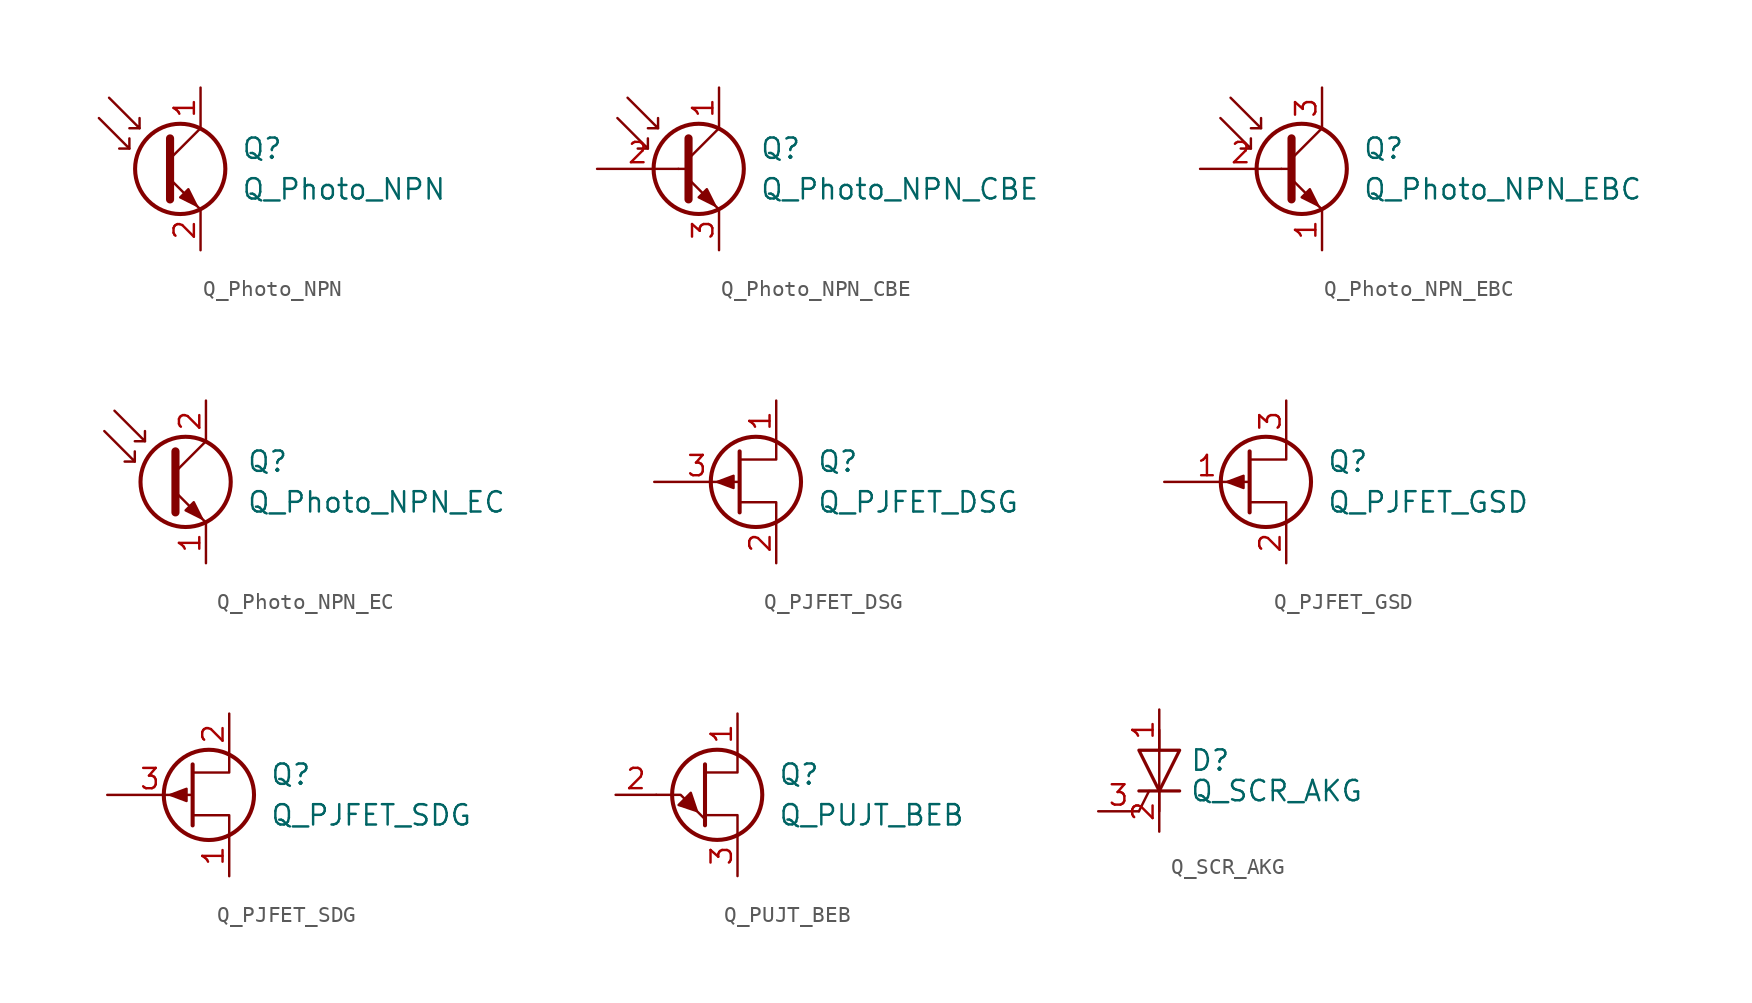
<source format=kicad_sym>
(kicad_symbol_lib
  (version 20241209)
  (generator "kicad_symbol_editor")
  (generator_version "9.0")
  (symbol "Q_Photo_NPN"
    (pin_names
      (offset 0)
      (hide yes))
    (property "Reference" "Q"
      (at 5.08 1.27 0)
      (effects (font (size 1.27 1.27)) (justify left)))
    (property "Value" "Q_Photo_NPN"
      (at 5.08 -1.27 0)
      (effects (font (size 1.27 1.27)) (justify left)))
    (symbol "Q_Photo_NPN_0_1"
      (polyline (pts (xy -3.81 3.175) (xy -1.905 1.27) (xy -1.905 1.905)) (stroke (width 0) (type default)) (fill (type none)))
      (polyline (pts (xy -3.175 4.445) (xy -1.27 2.54) (xy -1.27 3.175)) (stroke (width 0) (type default)) (fill (type none)))
      (polyline (pts (xy -1.905 1.27) (xy -2.54 1.27)) (stroke (width 0) (type default)) (fill (type none)))
      (polyline (pts (xy -1.27 2.54) (xy -1.905 2.54)) (stroke (width 0) (type default)) (fill (type none)))
      (polyline (pts (xy 0.635 1.905) (xy 0.635 -1.905) (xy 0.635 -1.905)) (stroke (width 0.508) (type default)) (fill (type none)))
      (polyline (pts (xy 0.635 0.635) (xy 2.54 2.54)) (stroke (width 0) (type default)) (fill (type none)))
      (polyline (pts (xy 0.635 -0.635) (xy 2.54 -2.54) (xy 2.54 -2.54)) (stroke (width 0) (type default)) (fill (type none)))
      (circle (center 1.27 0) (radius 2.819) (stroke (width 0.254) (type default)) (fill (type none)))
      (polyline (pts (xy 1.27 -1.778) (xy 1.778 -1.27) (xy 2.286 -2.286) (xy 1.27 -1.778) (xy 1.27 -1.778)) (stroke (width 0) (type default)) (fill (type outline))))
    (symbol "Q_Photo_NPN_1_1"
      (pin passive line (at 2.54 5.08 270) (length 2.54) (name "C" (effects (font (size 1.27 1.27)))) (number "1" (effects (font (size 1.27 1.27)))))
      (pin passive line (at 2.54 -5.08 90) (length 2.54) (name "E" (effects (font (size 1.27 1.27)))) (number "2" (effects (font (size 1.27 1.27)))))))
  (symbol "Q_Photo_NPN_CBE"
    (pin_names
      (offset 0)
      (hide yes))
    (property "Reference" "Q"
      (at 5.08 1.27 0)
      (effects (font (size 1.27 1.27)) (justify left)))
    (property "Value" "Q_Photo_NPN_CBE"
      (at 5.08 -1.27 0)
      (effects (font (size 1.27 1.27)) (justify left)))
    (symbol "Q_Photo_NPN_CBE_0_1"
      (polyline (pts (xy -3.81 3.175) (xy -1.905 1.27) (xy -1.905 1.905)) (stroke (width 0) (type default)) (fill (type none)))
      (polyline (pts (xy -3.175 4.445) (xy -1.27 2.54) (xy -1.27 3.175)) (stroke (width 0) (type default)) (fill (type none)))
      (polyline (pts (xy -1.905 1.27) (xy -2.54 1.27)) (stroke (width 0) (type default)) (fill (type none)))
      (polyline (pts (xy -1.27 2.54) (xy -1.905 2.54)) (stroke (width 0) (type default)) (fill (type none)))
      (polyline (pts (xy 0 0) (xy 0.635 0)) (stroke (width 0) (type default)) (fill (type none)))
      (polyline (pts (xy 0.635 1.905) (xy 0.635 -1.905) (xy 0.635 -1.905)) (stroke (width 0.508) (type default)) (fill (type none)))
      (polyline (pts (xy 0.635 0.635) (xy 2.54 2.54)) (stroke (width 0) (type default)) (fill (type none)))
      (polyline (pts (xy 0.635 -0.635) (xy 2.54 -2.54) (xy 2.54 -2.54)) (stroke (width 0) (type default)) (fill (type none)))
      (circle (center 1.27 0) (radius 2.819) (stroke (width 0.254) (type default)) (fill (type none)))
      (polyline (pts (xy 1.27 -1.778) (xy 1.778 -1.27) (xy 2.286 -2.286) (xy 1.27 -1.778) (xy 1.27 -1.778)) (stroke (width 0) (type default)) (fill (type outline))))
    (symbol "Q_Photo_NPN_CBE_1_1"
      (pin input line (at -5.08 0 0) (length 5.08) (name "B" (effects (font (size 1.27 1.27)))) (number "2" (effects (font (size 1.27 1.27)))))
      (pin passive line (at 2.54 5.08 270) (length 2.54) (name "C" (effects (font (size 1.27 1.27)))) (number "1" (effects (font (size 1.27 1.27)))))
      (pin passive line (at 2.54 -5.08 90) (length 2.54) (name "E" (effects (font (size 1.27 1.27)))) (number "3" (effects (font (size 1.27 1.27)))))))
  (symbol "Q_Photo_NPN_EBC"
    (pin_names
      (offset 0)
      (hide yes))
    (property "Reference" "Q"
      (at 5.08 1.27 0)
      (effects (font (size 1.27 1.27)) (justify left)))
    (property "Value" "Q_Photo_NPN_EBC"
      (at 5.08 -1.27 0)
      (effects (font (size 1.27 1.27)) (justify left)))
    (symbol "Q_Photo_NPN_EBC_0_1"
      (polyline (pts (xy -3.81 3.175) (xy -1.905 1.27) (xy -1.905 1.905)) (stroke (width 0) (type default)) (fill (type none)))
      (polyline (pts (xy -3.175 4.445) (xy -1.27 2.54) (xy -1.27 3.175)) (stroke (width 0) (type default)) (fill (type none)))
      (polyline (pts (xy -1.905 1.27) (xy -2.54 1.27)) (stroke (width 0) (type default)) (fill (type none)))
      (polyline (pts (xy -1.27 2.54) (xy -1.905 2.54)) (stroke (width 0) (type default)) (fill (type none)))
      (polyline (pts (xy 0 0) (xy 0.635 0)) (stroke (width 0) (type default)) (fill (type none)))
      (polyline (pts (xy 0.635 1.905) (xy 0.635 -1.905) (xy 0.635 -1.905)) (stroke (width 0.508) (type default)) (fill (type none)))
      (polyline (pts (xy 0.635 0.635) (xy 2.54 2.54)) (stroke (width 0) (type default)) (fill (type none)))
      (polyline (pts (xy 0.635 -0.635) (xy 2.54 -2.54) (xy 2.54 -2.54)) (stroke (width 0) (type default)) (fill (type none)))
      (circle (center 1.27 0) (radius 2.819) (stroke (width 0.254) (type default)) (fill (type none)))
      (polyline (pts (xy 1.27 -1.778) (xy 1.778 -1.27) (xy 2.286 -2.286) (xy 1.27 -1.778) (xy 1.27 -1.778)) (stroke (width 0) (type default)) (fill (type outline))))
    (symbol "Q_Photo_NPN_EBC_1_1"
      (pin input line (at -5.08 0 0) (length 5.08) (name "B" (effects (font (size 1.27 1.27)))) (number "2" (effects (font (size 1.27 1.27)))))
      (pin passive line (at 2.54 5.08 270) (length 2.54) (name "C" (effects (font (size 1.27 1.27)))) (number "3" (effects (font (size 1.27 1.27)))))
      (pin passive line (at 2.54 -5.08 90) (length 2.54) (name "E" (effects (font (size 1.27 1.27)))) (number "1" (effects (font (size 1.27 1.27)))))))
  (symbol "Q_Photo_NPN_EC"
    (pin_names
      (offset 0)
      (hide yes))
    (property "Reference" "Q"
      (at 5.08 1.27 0)
      (effects (font (size 1.27 1.27)) (justify left)))
    (property "Value" "Q_Photo_NPN_EC"
      (at 5.08 -1.27 0)
      (effects (font (size 1.27 1.27)) (justify left)))
    (symbol "Q_Photo_NPN_EC_0_1"
      (polyline (pts (xy -3.81 3.175) (xy -1.905 1.27) (xy -1.905 1.905)) (stroke (width 0) (type default)) (fill (type none)))
      (polyline (pts (xy -3.175 4.445) (xy -1.27 2.54) (xy -1.27 3.175)) (stroke (width 0) (type default)) (fill (type none)))
      (polyline (pts (xy -1.905 1.27) (xy -2.54 1.27)) (stroke (width 0) (type default)) (fill (type none)))
      (polyline (pts (xy -1.27 2.54) (xy -1.905 2.54)) (stroke (width 0) (type default)) (fill (type none)))
      (polyline (pts (xy 0.635 1.905) (xy 0.635 -1.905) (xy 0.635 -1.905)) (stroke (width 0.508) (type default)) (fill (type none)))
      (polyline (pts (xy 0.635 0.635) (xy 2.54 2.54)) (stroke (width 0) (type default)) (fill (type none)))
      (polyline (pts (xy 0.635 -0.635) (xy 2.54 -2.54) (xy 2.54 -2.54)) (stroke (width 0) (type default)) (fill (type none)))
      (circle (center 1.27 0) (radius 2.819) (stroke (width 0.254) (type default)) (fill (type none)))
      (polyline (pts (xy 1.27 -1.778) (xy 1.778 -1.27) (xy 2.286 -2.286) (xy 1.27 -1.778) (xy 1.27 -1.778)) (stroke (width 0) (type default)) (fill (type outline))))
    (symbol "Q_Photo_NPN_EC_1_1"
      (pin passive line (at 2.54 5.08 270) (length 2.54) (name "C" (effects (font (size 1.27 1.27)))) (number "2" (effects (font (size 1.27 1.27)))))
      (pin passive line (at 2.54 -5.08 90) (length 2.54) (name "E" (effects (font (size 1.27 1.27)))) (number "1" (effects (font (size 1.27 1.27)))))))
  (symbol "Q_PJFET_DSG"
    (pin_names
      (offset 0)
      (hide yes))
    (property "Reference" "Q"
      (at 5.08 1.27 0)
      (effects (font (size 1.27 1.27)) (justify left)))
    (property "Value" "Q_PJFET_DSG"
      (at 5.08 -1.27 0)
      (effects (font (size 1.27 1.27)) (justify left)))
    (symbol "Q_PJFET_DSG_0_1"
      (polyline (pts (xy -1.143 0) (xy -0.127 0.381) (xy -0.127 -0.381) (xy -1.143 0)) (stroke (width 0) (type default)) (fill (type outline)))
      (polyline (pts (xy 0.254 1.905) (xy 0.254 -1.905) (xy 0.254 -1.905)) (stroke (width 0.254) (type default)) (fill (type none)))
      (circle (center 1.27 0) (radius 2.819) (stroke (width 0.254) (type default)) (fill (type none)))
      (polyline (pts (xy 2.54 2.54) (xy 2.54 1.397) (xy 0.254 1.397)) (stroke (width 0) (type default)) (fill (type none)))
      (polyline (pts (xy 2.54 -2.54) (xy 2.54 -1.27) (xy 0.254 -1.27)) (stroke (width 0) (type default)) (fill (type none))))
    (symbol "Q_PJFET_DSG_1_1"
      (pin input line (at -5.08 0 0) (length 5.334) (name "G" (effects (font (size 1.27 1.27)))) (number "3" (effects (font (size 1.27 1.27)))))
      (pin passive line (at 2.54 5.08 270) (length 2.54) (name "D" (effects (font (size 1.27 1.27)))) (number "1" (effects (font (size 1.27 1.27)))))
      (pin passive line (at 2.54 -5.08 90) (length 2.54) (name "S" (effects (font (size 1.27 1.27)))) (number "2" (effects (font (size 1.27 1.27)))))))
  (symbol "Q_PJFET_GSD"
    (pin_names
      (offset 0)
      (hide yes))
    (property "Reference" "Q"
      (at 5.08 1.27 0)
      (effects (font (size 1.27 1.27)) (justify left)))
    (property "Value" "Q_PJFET_GSD"
      (at 5.08 -1.27 0)
      (effects (font (size 1.27 1.27)) (justify left)))
    (symbol "Q_PJFET_GSD_0_1"
      (polyline (pts (xy -1.143 0) (xy -0.127 0.381) (xy -0.127 -0.381) (xy -1.143 0)) (stroke (width 0) (type default)) (fill (type outline)))
      (polyline (pts (xy 0.254 1.905) (xy 0.254 -1.905) (xy 0.254 -1.905)) (stroke (width 0.254) (type default)) (fill (type none)))
      (circle (center 1.27 0) (radius 2.819) (stroke (width 0.254) (type default)) (fill (type none)))
      (polyline (pts (xy 2.54 2.54) (xy 2.54 1.397) (xy 0.254 1.397)) (stroke (width 0) (type default)) (fill (type none)))
      (polyline (pts (xy 2.54 -2.54) (xy 2.54 -1.27) (xy 0.254 -1.27)) (stroke (width 0) (type default)) (fill (type none))))
    (symbol "Q_PJFET_GSD_1_1"
      (pin input line (at -5.08 0 0) (length 5.334) (name "G" (effects (font (size 1.27 1.27)))) (number "1" (effects (font (size 1.27 1.27)))))
      (pin passive line (at 2.54 5.08 270) (length 2.54) (name "D" (effects (font (size 1.27 1.27)))) (number "3" (effects (font (size 1.27 1.27)))))
      (pin passive line (at 2.54 -5.08 90) (length 2.54) (name "S" (effects (font (size 1.27 1.27)))) (number "2" (effects (font (size 1.27 1.27)))))))
  (symbol "Q_PJFET_SDG"
    (pin_names
      (offset 0)
      (hide yes))
    (property "Reference" "Q"
      (at 5.08 1.27 0)
      (effects (font (size 1.27 1.27)) (justify left)))
    (property "Value" "Q_PJFET_SDG"
      (at 5.08 -1.27 0)
      (effects (font (size 1.27 1.27)) (justify left)))
    (symbol "Q_PJFET_SDG_0_1"
      (polyline (pts (xy -1.143 0) (xy -0.127 0.381) (xy -0.127 -0.381) (xy -1.143 0)) (stroke (width 0) (type default)) (fill (type outline)))
      (polyline (pts (xy 0.254 1.905) (xy 0.254 -1.905) (xy 0.254 -1.905)) (stroke (width 0.254) (type default)) (fill (type none)))
      (circle (center 1.27 0) (radius 2.819) (stroke (width 0.254) (type default)) (fill (type none)))
      (polyline (pts (xy 2.54 2.54) (xy 2.54 1.397) (xy 0.254 1.397)) (stroke (width 0) (type default)) (fill (type none)))
      (polyline (pts (xy 2.54 -2.54) (xy 2.54 -1.27) (xy 0.254 -1.27)) (stroke (width 0) (type default)) (fill (type none))))
    (symbol "Q_PJFET_SDG_1_1"
      (pin input line (at -5.08 0 0) (length 5.334) (name "G" (effects (font (size 1.27 1.27)))) (number "3" (effects (font (size 1.27 1.27)))))
      (pin passive line (at 2.54 5.08 270) (length 2.54) (name "D" (effects (font (size 1.27 1.27)))) (number "2" (effects (font (size 1.27 1.27)))))
      (pin passive line (at 2.54 -5.08 90) (length 2.54) (name "S" (effects (font (size 1.27 1.27)))) (number "1" (effects (font (size 1.27 1.27)))))))
  (symbol "Q_PUJT_BEB"
    (pin_names
      (offset 0)
      (hide yes))
    (property "Reference" "Q"
      (at 5.08 1.27 0)
      (effects (font (size 1.27 1.27)) (justify left)))
    (property "Value" "Q_PUJT_BEB"
      (at 5.08 -1.27 0)
      (effects (font (size 1.27 1.27)) (justify left)))
    (symbol "Q_PUJT_BEB_0_1"
      (polyline (pts (xy -2.54 0) (xy -1.016 0) (xy 0.508 -1.524)) (stroke (width 0) (type default)) (fill (type none)))
      (polyline (pts (xy 0 -1.016) (xy -0.381 0.127) (xy -1.143 -0.635) (xy 0 -1.016)) (stroke (width 0) (type default)) (fill (type outline)))
      (polyline (pts (xy 0.508 1.905) (xy 0.508 -1.905) (xy 0.508 -1.905)) (stroke (width 0.254) (type default)) (fill (type none)))
      (circle (center 1.27 0) (radius 2.819) (stroke (width 0.254) (type default)) (fill (type none)))
      (polyline (pts (xy 2.54 2.54) (xy 2.54 1.397) (xy 0.508 1.397)) (stroke (width 0) (type default)) (fill (type none)))
      (polyline (pts (xy 2.54 -2.54) (xy 2.54 -1.27) (xy 0.508 -1.27)) (stroke (width 0) (type default)) (fill (type none))))
    (symbol "Q_PUJT_BEB_1_1"
      (pin input line (at -5.08 0 0) (length 2.54) (name "E" (effects (font (size 1.27 1.27)))) (number "2" (effects (font (size 1.27 1.27)))))
      (pin passive line (at 2.54 5.08 270) (length 2.54) (name "B2" (effects (font (size 1.27 1.27)))) (number "1" (effects (font (size 1.27 1.27)))))
      (pin passive line (at 2.54 -5.08 90) (length 2.54) (name "B1" (effects (font (size 1.27 1.27)))) (number "3" (effects (font (size 1.27 1.27)))))))
  (symbol "Q_SCR_AKG"
    (pin_names
      (offset 0)
      (hide yes))
    (property "Reference" "D"
      (at 1.905 0.635 0)
      (effects (font (size 1.27 1.27)) (justify left)))
    (property "Value" "Q_SCR_AKG"
      (at 1.905 -1.27 0)
      (effects (font (size 1.27 1.27)) (justify left)))
    (symbol "Q_SCR_AKG_0_1"
      (polyline (pts (xy -1.27 1.27) (xy 1.27 1.27) (xy 0 -1.27) (xy -1.27 1.27)) (stroke (width 0.203) (type default)) (fill (type none)))
      (polyline (pts (xy -1.27 -1.27) (xy 1.27 -1.27)) (stroke (width 0.203) (type default)) (fill (type none)))
      (polyline (pts (xy -1.27 -2.54) (xy -0.635 -1.27)) (stroke (width 0) (type default)) (fill (type none)))
      (polyline (pts (xy 0 -2.54) (xy 0 2.54)) (stroke (width 0) (type default)) (fill (type none))))
    (symbol "Q_SCR_AKG_1_1"
      (pin input line (at -3.81 -2.54 0) (length 2.54) (name "G" (effects (font (size 1.27 1.27)))) (number "3" (effects (font (size 1.27 1.27)))))
      (pin passive line (at 0 3.81 270) (length 2.54) (name "A" (effects (font (size 1.27 1.27)))) (number "1" (effects (font (size 1.27 1.27)))))
      (pin passive line (at 0 -3.81 90) (length 2.54) (name "K" (effects (font (size 1.27 1.27)))) (number "2" (effects (font (size 1.27 1.27))))))))
</source>
